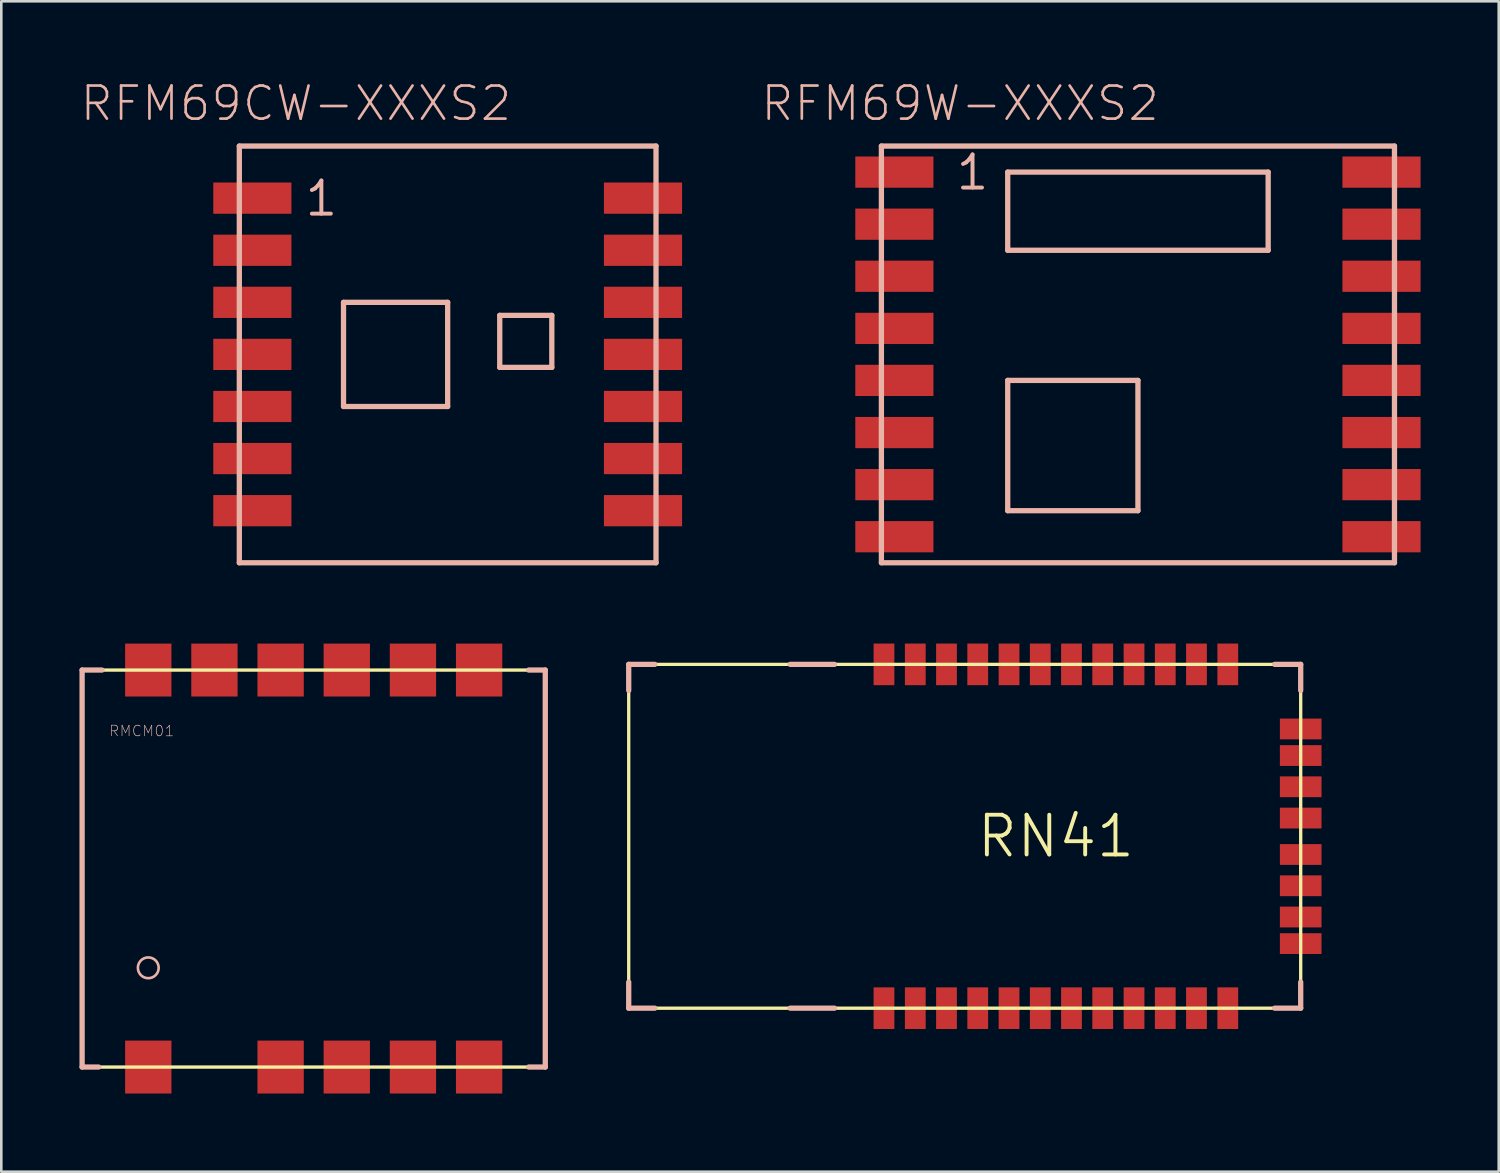
<source format=kicad_pcb>
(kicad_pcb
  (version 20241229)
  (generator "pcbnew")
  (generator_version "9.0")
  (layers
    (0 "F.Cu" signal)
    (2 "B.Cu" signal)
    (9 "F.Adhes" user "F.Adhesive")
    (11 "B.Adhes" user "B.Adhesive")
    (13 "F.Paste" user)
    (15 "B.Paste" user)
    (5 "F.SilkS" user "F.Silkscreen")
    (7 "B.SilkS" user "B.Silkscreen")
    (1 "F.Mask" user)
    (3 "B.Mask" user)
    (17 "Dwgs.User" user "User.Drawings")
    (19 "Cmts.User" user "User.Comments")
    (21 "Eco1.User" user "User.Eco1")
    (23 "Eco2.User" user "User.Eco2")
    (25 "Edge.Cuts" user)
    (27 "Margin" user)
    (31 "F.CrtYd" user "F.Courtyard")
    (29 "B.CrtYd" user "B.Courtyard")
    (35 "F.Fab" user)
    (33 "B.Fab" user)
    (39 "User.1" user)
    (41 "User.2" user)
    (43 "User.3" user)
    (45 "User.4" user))
  (footprint "RFM69W-XXXS2"
    (layer "F.Cu")
    (at 40.633 10.555)
    (property "Reference" "RFM69W-XXXS2" (at -6.825 -9.634 0) (layer "B.SilkS") (effects (font (size 1.27 1.27) (thickness 0.102))))
    (attr smd)
    (fp_line (start -9.848 -7.998) (end 9.848 -7.998) (stroke (width 0.203) (type solid)) (layer "B.SilkS"))
    (fp_line (start -9.848 7.998) (end -9.848 -7.998) (stroke (width 0.203) (type solid)) (layer "B.SilkS"))
    (fp_line (start -4.999 -6.998) (end -4.999 -3.998) (stroke (width 0.203) (type solid)) (layer "B.SilkS"))
    (fp_line (start -4.999 -3.998) (end 4.999 -3.998) (stroke (width 0.203) (type solid)) (layer "B.SilkS"))
    (fp_line (start -4.999 0.998) (end -4.999 5.999) (stroke (width 0.203) (type solid)) (layer "B.SilkS"))
    (fp_line (start -4.999 5.999) (end 0 5.999) (stroke (width 0.203) (type solid)) (layer "B.SilkS"))
    (fp_line (start 0 0.998) (end -4.999 0.998) (stroke (width 0.203) (type solid)) (layer "B.SilkS"))
    (fp_line (start 0 5.999) (end 0 0.998) (stroke (width 0.203) (type solid)) (layer "B.SilkS"))
    (fp_line (start 4.999 -6.998) (end -4.999 -6.998) (stroke (width 0.203) (type solid)) (layer "B.SilkS"))
    (fp_line (start 4.999 -3.998) (end 4.999 -6.998) (stroke (width 0.203) (type solid)) (layer "B.SilkS"))
    (fp_line (start 9.848 -7.998) (end 9.848 7.998) (stroke (width 0.203) (type solid)) (layer "B.SilkS"))
    (fp_line (start 9.848 7.998) (end -9.848 7.998) (stroke (width 0.203) (type solid)) (layer "B.SilkS"))
    (fp_text user "1" (at -6.35 -6.985 0) (layer "B.SilkS") (effects (font (size 1.27 1.27) (thickness 0.152))))
    (pad "1" smd rect (at -9.35 -6.998) (size 3 1.199) (layers "F.Cu" "F.Mask" "F.Paste"))
    (pad "2" smd rect (at -9.35 -4.999) (size 3 1.199) (layers "F.Cu" "F.Mask" "F.Paste"))
    (pad "3" smd rect (at -9.35 -3) (size 3 1.199) (layers "F.Cu" "F.Mask" "F.Paste"))
    (pad "4" smd rect (at -9.35 -0.998) (size 3 1.199) (layers "F.Cu" "F.Mask" "F.Paste"))
    (pad "5" smd rect (at -9.35 0.998) (size 3 1.199) (layers "F.Cu" "F.Mask" "F.Paste"))
    (pad "6" smd rect (at -9.35 3) (size 3 1.199) (layers "F.Cu" "F.Mask" "F.Paste"))
    (pad "7" smd rect (at -9.35 4.999) (size 3 1.199) (layers "F.Cu" "F.Mask" "F.Paste"))
    (pad "8" smd rect (at -9.35 6.998) (size 3 1.199) (layers "F.Cu" "F.Mask" "F.Paste"))
    (pad "9" smd rect (at 9.35 6.998) (size 3 1.199) (layers "F.Cu" "F.Mask" "F.Paste"))
    (pad "10" smd rect (at 9.35 4.999) (size 3 1.199) (layers "F.Cu" "F.Mask" "F.Paste"))
    (pad "11" smd rect (at 9.35 3) (size 3 1.199) (layers "F.Cu" "F.Mask" "F.Paste"))
    (pad "12" smd rect (at 9.35 0.998) (size 3 1.199) (layers "F.Cu" "F.Mask" "F.Paste"))
    (pad "13" smd rect (at 9.35 -0.998) (size 3 1.199) (layers "F.Cu" "F.Mask" "F.Paste"))
    (pad "14" smd rect (at 9.35 -3) (size 3 1.199) (layers "F.Cu" "F.Mask" "F.Paste"))
    (pad "15" smd rect (at 9.35 -4.999) (size 3 1.199) (layers "F.Cu" "F.Mask" "F.Paste"))
    (pad "16" smd rect (at 9.35 -6.998) (size 3 1.199) (layers "F.Cu" "F.Mask" "F.Paste")))
  (footprint "RN41"
    (layer "F.Cu")
    (at 37.483 29.053)
    (property "Reference" "RN41" (at 0 0 0) (layer "F.SilkS") (effects (font (size 1.524 1.524) (thickness 0.15))))
    (attr smd)
    (fp_line (start -16.398 -6.599) (end -16.398 6.599) (stroke (width 0.127) (type solid)) (layer "F.SilkS"))
    (fp_line (start -16.398 6.599) (end 9.398 6.599) (stroke (width 0.127) (type solid)) (layer "F.SilkS"))
    (fp_line (start 9.398 -6.599) (end -16.398 -6.599) (stroke (width 0.127) (type solid)) (layer "F.SilkS"))
    (fp_line (start 9.398 6.599) (end 9.398 -6.599) (stroke (width 0.127) (type solid)) (layer "F.SilkS"))
    (fp_line (start -16.398 -6.599) (end -16.398 -5.598) (stroke (width 0.203) (type solid)) (layer "B.SilkS"))
    (fp_line (start -16.398 -6.599) (end -15.397 -6.599) (stroke (width 0.203) (type solid)) (layer "B.SilkS"))
    (fp_line (start -16.398 6.599) (end -16.398 5.598) (stroke (width 0.203) (type solid)) (layer "B.SilkS"))
    (fp_line (start -16.398 6.599) (end -15.397 6.599) (stroke (width 0.203) (type solid)) (layer "B.SilkS"))
    (fp_line (start -8.499 -6.599) (end -10.198 -6.599) (stroke (width 0.203) (type solid)) (layer "B.SilkS"))
    (fp_line (start -8.499 6.599) (end -10.198 6.599) (stroke (width 0.203) (type solid)) (layer "B.SilkS"))
    (fp_line (start 9.398 -6.599) (end 8.4 -6.599) (stroke (width 0.203) (type solid)) (layer "B.SilkS"))
    (fp_line (start 9.398 -6.599) (end 9.398 -5.598) (stroke (width 0.203) (type solid)) (layer "B.SilkS"))
    (fp_line (start 9.398 6.599) (end 8.4 6.599) (stroke (width 0.203) (type solid)) (layer "B.SilkS"))
    (fp_line (start 9.398 6.599) (end 9.398 5.598) (stroke (width 0.203) (type solid)) (layer "B.SilkS"))
    (pad "1" smd rect (at -6.599 6.599 180) (size 0.798 1.598) (layers "F.Cu" "F.Mask" "F.Paste"))
    (pad "2" smd rect (at -5.397 6.599 180) (size 0.798 1.598) (layers "F.Cu" "F.Mask" "F.Paste"))
    (pad "3" smd rect (at -4.199 6.599 180) (size 0.798 1.598) (layers "F.Cu" "F.Mask" "F.Paste"))
    (pad "4" smd rect (at -3 6.599 180) (size 0.798 1.598) (layers "F.Cu" "F.Mask" "F.Paste"))
    (pad "5" smd rect (at -1.798 6.599 180) (size 0.798 1.598) (layers "F.Cu" "F.Mask" "F.Paste"))
    (pad "6" smd rect (at -0.599 6.599 180) (size 0.798 1.598) (layers "F.Cu" "F.Mask" "F.Paste"))
    (pad "7" smd rect (at 0.599 6.599 180) (size 0.798 1.598) (layers "F.Cu" "F.Mask" "F.Paste"))
    (pad "8" smd rect (at 1.798 6.599 180) (size 0.798 1.598) (layers "F.Cu" "F.Mask" "F.Paste"))
    (pad "9" smd rect (at 3 6.599 180) (size 0.798 1.598) (layers "F.Cu" "F.Mask" "F.Paste"))
    (pad "10" smd rect (at 4.199 6.599 180) (size 0.798 1.598) (layers "F.Cu" "F.Mask" "F.Paste"))
    (pad "11" smd rect (at 5.397 6.599 180) (size 0.798 1.598) (layers "F.Cu" "F.Mask" "F.Paste"))
    (pad "12" smd rect (at 6.599 6.599 180) (size 0.798 1.598) (layers "F.Cu" "F.Mask" "F.Paste"))
    (pad "13" smd rect (at 6.599 -6.599) (size 0.798 1.598) (layers "F.Cu" "F.Mask" "F.Paste"))
    (pad "14" smd rect (at 5.397 -6.599) (size 0.798 1.598) (layers "F.Cu" "F.Mask" "F.Paste"))
    (pad "15" smd rect (at 4.199 -6.599) (size 0.798 1.598) (layers "F.Cu" "F.Mask" "F.Paste"))
    (pad "16" smd rect (at 3 -6.599) (size 0.798 1.598) (layers "F.Cu" "F.Mask" "F.Paste"))
    (pad "17" smd rect (at 1.798 -6.599) (size 0.798 1.598) (layers "F.Cu" "F.Mask" "F.Paste"))
    (pad "18" smd rect (at 0.599 -6.599) (size 0.798 1.598) (layers "F.Cu" "F.Mask" "F.Paste"))
    (pad "19" smd rect (at -0.599 -6.599) (size 0.798 1.598) (layers "F.Cu" "F.Mask" "F.Paste"))
    (pad "20" smd rect (at -1.798 -6.599) (size 0.798 1.598) (layers "F.Cu" "F.Mask" "F.Paste"))
    (pad "21" smd rect (at -3 -6.599) (size 0.798 1.598) (layers "F.Cu" "F.Mask" "F.Paste"))
    (pad "22" smd rect (at -4.199 -6.599) (size 0.798 1.598) (layers "F.Cu" "F.Mask" "F.Paste"))
    (pad "23" smd rect (at -5.397 -6.599) (size 0.798 1.598) (layers "F.Cu" "F.Mask" "F.Paste"))
    (pad "24" smd rect (at -6.599 -6.599) (size 0.798 1.598) (layers "F.Cu" "F.Mask" "F.Paste"))
    (pad "28" smd rect (at 9.398 -3.099 90) (size 0.798 1.598) (layers "F.Cu" "F.Mask" "F.Paste"))
    (pad "29" smd rect (at 9.398 3.099 90) (size 0.798 1.598) (layers "F.Cu" "F.Mask" "F.Paste"))
    (pad "30" smd rect (at 9.398 -4.12 90) (size 0.798 1.598) (layers "F.Cu" "F.Mask" "F.Paste"))
    (pad "31" smd rect (at 9.398 -1.9 90) (size 0.798 1.598) (layers "F.Cu" "F.Mask" "F.Paste"))
    (pad "32" smd rect (at 9.398 -0.699 90) (size 0.798 1.598) (layers "F.Cu" "F.Mask" "F.Paste"))
    (pad "33" smd rect (at 9.398 0.699 90) (size 0.798 1.598) (layers "F.Cu" "F.Mask" "F.Paste"))
    (pad "34" smd rect (at 9.398 1.9 90) (size 0.798 1.598) (layers "F.Cu" "F.Mask" "F.Paste"))
    (pad "35" smd rect (at 9.398 4.12 90) (size 0.798 1.598) (layers "F.Cu" "F.Mask" "F.Paste")))
  (footprint "RMCM01"
    (layer "F.Cu")
    (at 8.992 30.292)
    (property "Reference" "RMCM01" (at -6.604 -5.283 0) (layer "B.SilkS") (effects (font (size 0.406 0.406) (thickness 0.025))))
    (attr smd)
    (fp_line (start -8.89 -7.62) (end -8.89 7.62) (stroke (width 0.127) (type solid)) (layer "F.SilkS"))
    (fp_line (start -8.89 7.62) (end 8.89 7.62) (stroke (width 0.127) (type solid)) (layer "F.SilkS"))
    (fp_line (start 8.89 -7.62) (end -8.89 -7.62) (stroke (width 0.127) (type solid)) (layer "F.SilkS"))
    (fp_line (start 8.89 7.62) (end 8.89 -7.62) (stroke (width 0.127) (type solid)) (layer "F.SilkS"))
    (fp_line (start -8.89 -7.62) (end -8.89 7.62) (stroke (width 0.203) (type solid)) (layer "B.SilkS"))
    (fp_line (start -8.89 7.62) (end -8.255 7.62) (stroke (width 0.203) (type solid)) (layer "B.SilkS"))
    (fp_line (start -8.128 -7.62) (end -8.89 -7.62) (stroke (width 0.203) (type solid)) (layer "B.SilkS"))
    (fp_line (start 8.255 7.62) (end 8.89 7.62) (stroke (width 0.203) (type solid)) (layer "B.SilkS"))
    (fp_line (start 8.89 -7.62) (end 8.255 -7.62) (stroke (width 0.203) (type solid)) (layer "B.SilkS"))
    (fp_line (start 8.89 7.62) (end 8.89 -7.62) (stroke (width 0.203) (type solid)) (layer "B.SilkS"))
    (fp_circle (center -6.35 3.81) (end -6.632 4.092) (stroke (width 0.102) (type solid)) (fill no) (layer "B.SilkS"))
    (pad "1" smd rect (at -6.35 -7.62 90) (size 2.032 1.778) (layers "F.Cu" "F.Mask" "F.Paste"))
    (pad "2" smd rect (at -3.81 -7.62 90) (size 2.032 1.778) (layers "F.Cu" "F.Mask" "F.Paste"))
    (pad "3" smd rect (at -1.27 -7.62 90) (size 2.032 1.778) (layers "F.Cu" "F.Mask" "F.Paste"))
    (pad "4" smd rect (at 1.27 -7.62 90) (size 2.032 1.778) (layers "F.Cu" "F.Mask" "F.Paste"))
    (pad "5" smd rect (at 3.81 -7.62 90) (size 2.032 1.778) (layers "F.Cu" "F.Mask" "F.Paste"))
    (pad "6" smd rect (at 6.35 -7.62 90) (size 2.032 1.778) (layers "F.Cu" "F.Mask" "F.Paste"))
    (pad "7" smd rect (at 6.35 7.62 90) (size 2.032 1.778) (layers "F.Cu" "F.Mask" "F.Paste"))
    (pad "8" smd rect (at 3.81 7.62 90) (size 2.032 1.778) (layers "F.Cu" "F.Mask" "F.Paste"))
    (pad "9" smd rect (at 1.27 7.62 90) (size 2.032 1.778) (layers "F.Cu" "F.Mask" "F.Paste"))
    (pad "10" smd rect (at -1.27 7.62 90) (size 2.032 1.778) (layers "F.Cu" "F.Mask" "F.Paste"))
    (pad "11" smd rect (at -6.35 7.62 90) (size 2.032 1.778) (layers "F.Cu" "F.Mask" "F.Paste")))
  (footprint "RFM69CW-XXXS2"
    (layer "F.Cu")
    (at 14.135 10.555)
    (property "Reference" "RFM69CW-XXXS2" (at -5.824 -9.634 0) (layer "B.SilkS") (effects (font (size 1.27 1.27) (thickness 0.102))))
    (attr smd)
    (fp_line (start -7.998 -7.998) (end 7.998 -7.998) (stroke (width 0.203) (type solid)) (layer "B.SilkS"))
    (fp_line (start -7.998 7.998) (end -7.998 -7.998) (stroke (width 0.203) (type solid)) (layer "B.SilkS"))
    (fp_line (start -3.998 -1.999) (end -3.998 1.999) (stroke (width 0.203) (type solid)) (layer "B.SilkS"))
    (fp_line (start -3.998 1.999) (end 0 1.999) (stroke (width 0.203) (type solid)) (layer "B.SilkS"))
    (fp_line (start 0 -1.999) (end -3.998 -1.999) (stroke (width 0.203) (type solid)) (layer "B.SilkS"))
    (fp_line (start 0 1.999) (end 0 -1.999) (stroke (width 0.203) (type solid)) (layer "B.SilkS"))
    (fp_line (start 1.999 0.498) (end 1.999 -1.499) (stroke (width 0.203) (type solid)) (layer "B.SilkS"))
    (fp_line (start 3.998 -1.499) (end 1.999 -1.499) (stroke (width 0.203) (type solid)) (layer "B.SilkS"))
    (fp_line (start 3.998 0.498) (end 1.999 0.498) (stroke (width 0.203) (type solid)) (layer "B.SilkS"))
    (fp_line (start 3.998 0.498) (end 3.998 -1.499) (stroke (width 0.203) (type solid)) (layer "B.SilkS"))
    (fp_line (start 7.998 -7.998) (end 7.998 7.998) (stroke (width 0.203) (type solid)) (layer "B.SilkS"))
    (fp_line (start 7.998 7.998) (end -7.998 7.998) (stroke (width 0.203) (type solid)) (layer "B.SilkS"))
    (fp_text user "1" (at -4.849 -5.984 0) (layer "B.SilkS") (effects (font (size 1.27 1.27) (thickness 0.152))))
    (pad "1" smd rect (at -7.498 -5.999) (size 3 1.199) (layers "F.Cu" "F.Mask" "F.Paste"))
    (pad "2" smd rect (at -7.498 -3.998) (size 3 1.199) (layers "F.Cu" "F.Mask" "F.Paste"))
    (pad "3" smd rect (at -7.498 -1.999) (size 3 1.199) (layers "F.Cu" "F.Mask" "F.Paste"))
    (pad "4" smd rect (at -7.498 0) (size 3 1.199) (layers "F.Cu" "F.Mask" "F.Paste"))
    (pad "5" smd rect (at -7.498 1.999) (size 3 1.199) (layers "F.Cu" "F.Mask" "F.Paste"))
    (pad "6" smd rect (at -7.498 3.998) (size 3 1.199) (layers "F.Cu" "F.Mask" "F.Paste"))
    (pad "7" smd rect (at -7.498 5.999) (size 3 1.199) (layers "F.Cu" "F.Mask" "F.Paste"))
    (pad "8" smd rect (at 7.498 5.999) (size 3 1.199) (layers "F.Cu" "F.Mask" "F.Paste"))
    (pad "9" smd rect (at 7.498 3.998) (size 3 1.199) (layers "F.Cu" "F.Mask" "F.Paste"))
    (pad "10" smd rect (at 7.498 1.999) (size 3 1.199) (layers "F.Cu" "F.Mask" "F.Paste"))
    (pad "11" smd rect (at 7.498 0) (size 3 1.199) (layers "F.Cu" "F.Mask" "F.Paste"))
    (pad "12" smd rect (at 7.498 -1.999) (size 3 1.199) (layers "F.Cu" "F.Mask" "F.Paste"))
    (pad "13" smd rect (at 7.498 -3.998) (size 3 1.199) (layers "F.Cu" "F.Mask" "F.Paste"))
    (pad "14" smd rect (at 7.498 -5.999) (size 3 1.199) (layers "F.Cu" "F.Mask" "F.Paste")))
  (gr_rect
    (start -3 -3)
    (end 54.483 41.928)
    (stroke (width 0.1) (type default))
    (fill no)
    (layer "Edge.Cuts")))
</source>
